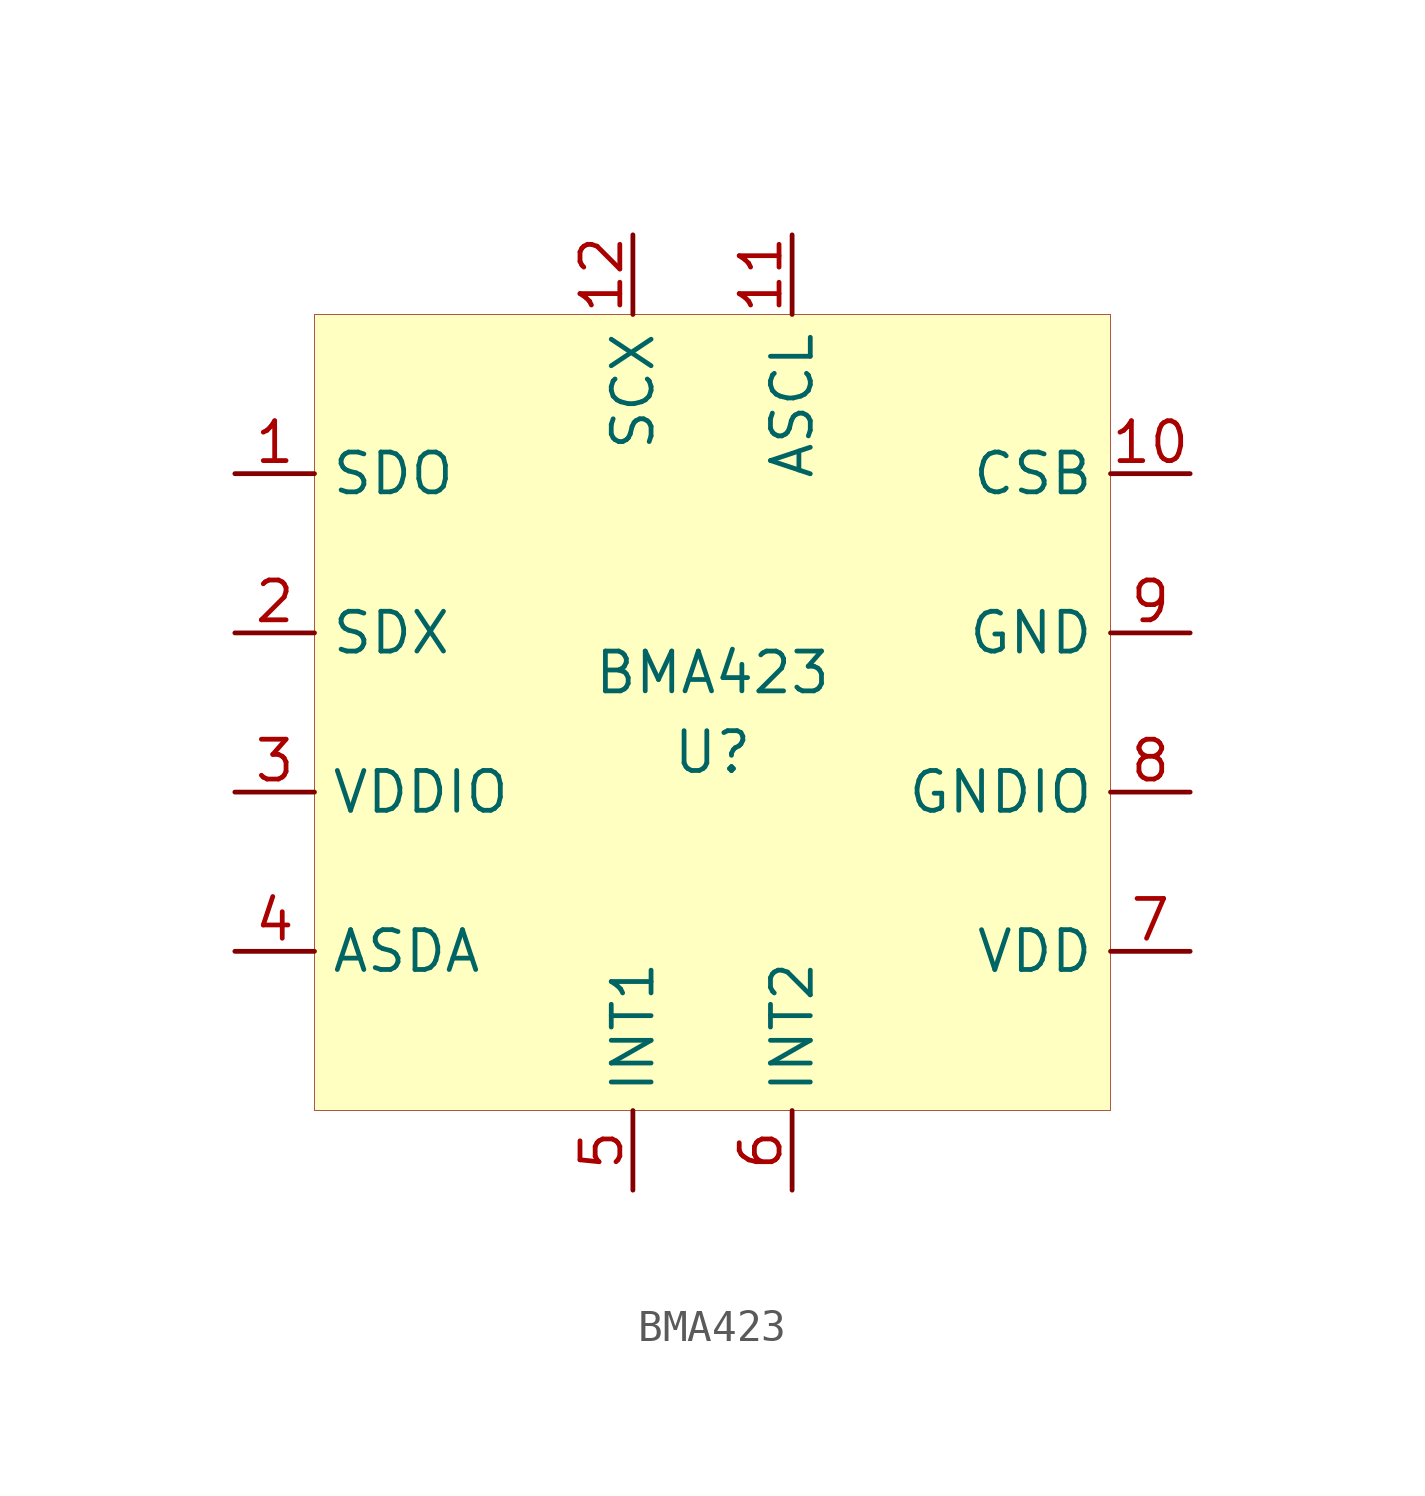
<source format=kicad_sym>
(kicad_symbol_lib
  (version 20201005)
  (generator kicad_symbol_editor)
  (symbol "Watchy:BMA423"
    (property "Reference" "U"
      (at 0 -1.27 0)
      (effects (font (size 1.27 1.27))))
    (property "Value" "BMA423"
      (at 0 1.27 0)
      (effects (font (size 1.27 1.27))))
    (symbol "BMA423_0_1"
      (rectangle (start -12.7 12.7) (end 12.7 -12.7) (stroke (width 0.001)) (fill (type background))))
    (symbol "BMA423_1_1"
      (pin bidirectional line (at -15.24 7.62 0) (length 2.54) (name "SDO" (effects (font (size 1.27 1.27)))) (number "1" (effects (font (size 1.27 1.27)))))
      (pin bidirectional line (at -15.24 2.54 0) (length 2.54) (name "SDX" (effects (font (size 1.27 1.27)))) (number "2" (effects (font (size 1.27 1.27)))))
      (pin power_in line (at -15.24 -2.54 0) (length 2.54) (name "VDDIO" (effects (font (size 1.27 1.27)))) (number "3" (effects (font (size 1.27 1.27)))))
      (pin bidirectional line (at -15.24 -7.62 0) (length 2.54) (name "ASDA" (effects (font (size 1.27 1.27)))) (number "4" (effects (font (size 1.27 1.27)))))
      (pin bidirectional line (at -2.54 -15.24 90) (length 2.54) (name "INT1" (effects (font (size 1.27 1.27)))) (number "5" (effects (font (size 1.27 1.27)))))
      (pin bidirectional line (at 2.54 -15.24 90) (length 2.54) (name "INT2" (effects (font (size 1.27 1.27)))) (number "6" (effects (font (size 1.27 1.27)))))
      (pin power_in line (at 15.24 -7.62 180) (length 2.54) (name "VDD" (effects (font (size 1.27 1.27)))) (number "7" (effects (font (size 1.27 1.27)))))
      (pin power_in line (at 15.24 -2.54 180) (length 2.54) (name "GNDIO" (effects (font (size 1.27 1.27)))) (number "8" (effects (font (size 1.27 1.27)))))
      (pin power_in line (at 15.24 2.54 180) (length 2.54) (name "GND" (effects (font (size 1.27 1.27)))) (number "9" (effects (font (size 1.27 1.27)))))
      (pin input line (at 15.24 7.62 180) (length 2.54) (name "CSB" (effects (font (size 1.27 1.27)))) (number "10" (effects (font (size 1.27 1.27)))))
      (pin output line (at 2.54 15.24 270) (length 2.54) (name "ASCL" (effects (font (size 1.27 1.27)))) (number "11" (effects (font (size 1.27 1.27)))))
      (pin input line (at -2.54 15.24 270) (length 2.54) (name "SCX" (effects (font (size 1.27 1.27)))) (number "12" (effects (font (size 1.27 1.27))))))))
</source>
